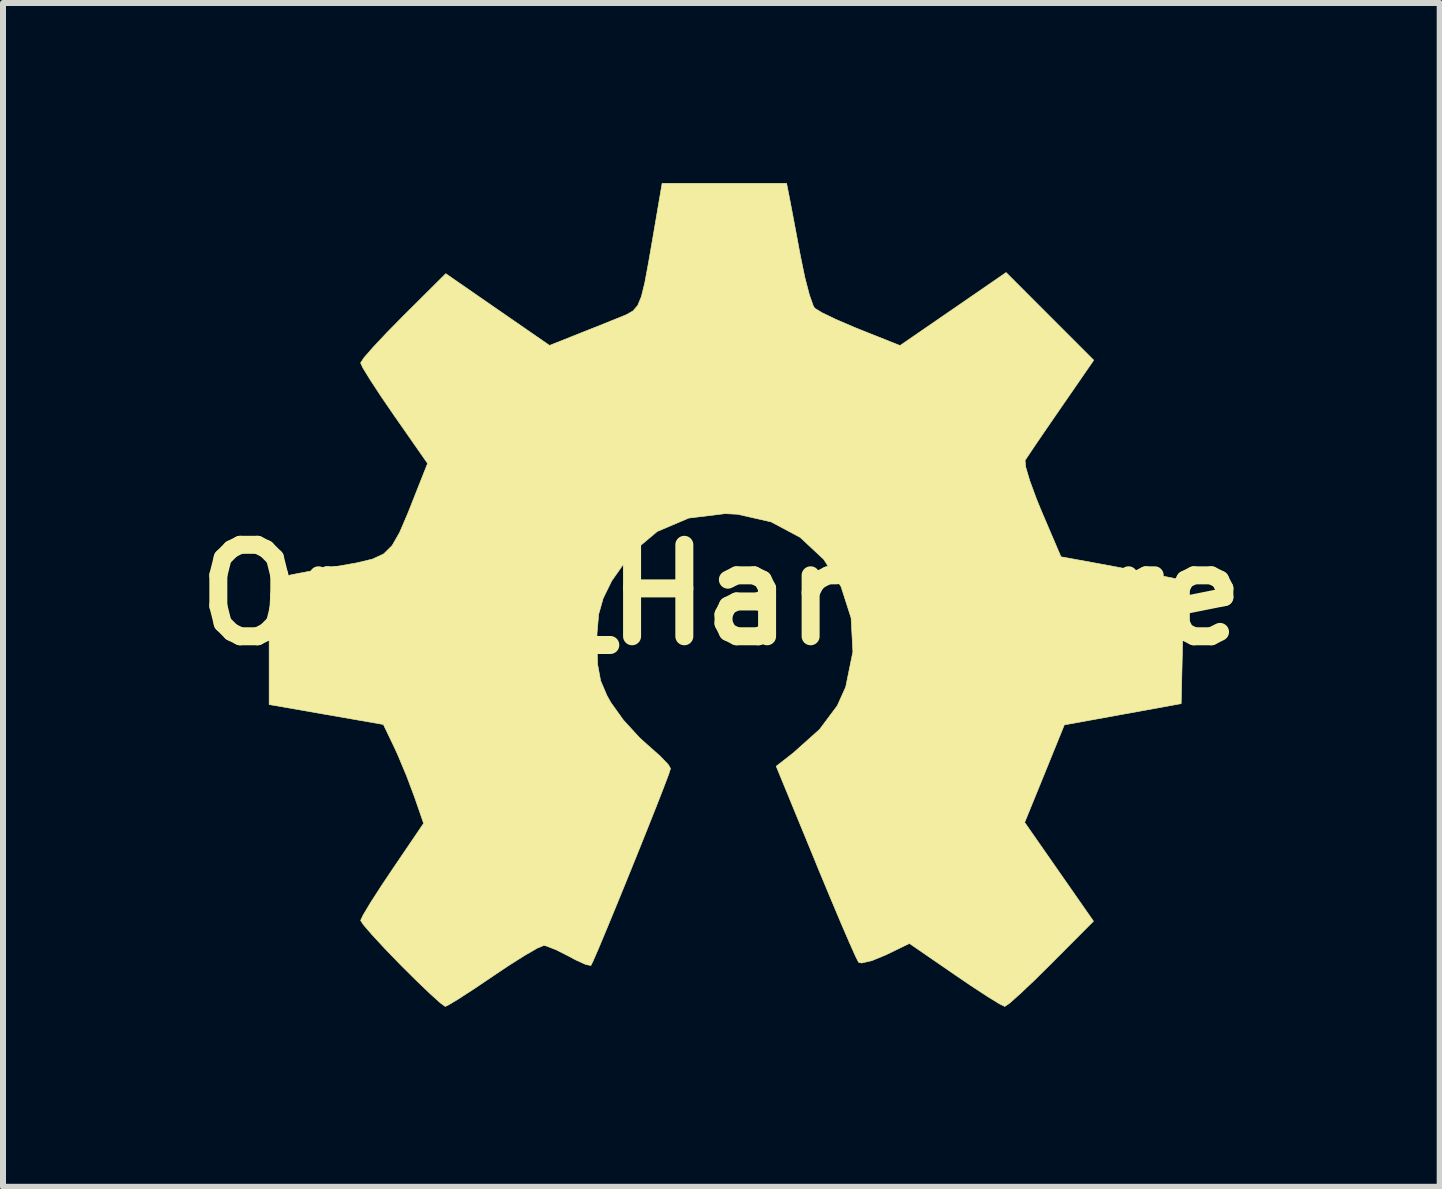
<source format=kicad_pcb>
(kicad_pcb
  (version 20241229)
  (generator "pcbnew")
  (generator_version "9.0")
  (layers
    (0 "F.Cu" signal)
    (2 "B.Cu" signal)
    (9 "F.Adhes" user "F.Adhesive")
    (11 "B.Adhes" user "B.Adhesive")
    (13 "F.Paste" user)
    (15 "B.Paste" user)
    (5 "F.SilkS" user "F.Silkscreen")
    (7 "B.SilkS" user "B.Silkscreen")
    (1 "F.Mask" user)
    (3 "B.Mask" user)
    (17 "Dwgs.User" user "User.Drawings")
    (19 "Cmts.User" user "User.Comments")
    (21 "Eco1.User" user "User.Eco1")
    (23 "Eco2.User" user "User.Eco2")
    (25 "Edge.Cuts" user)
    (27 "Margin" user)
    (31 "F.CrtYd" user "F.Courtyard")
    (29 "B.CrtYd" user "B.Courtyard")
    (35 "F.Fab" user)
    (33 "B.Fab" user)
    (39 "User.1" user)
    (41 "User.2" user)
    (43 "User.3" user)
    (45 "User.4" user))
  (footprint "Open_Hardware"
    (layer "F.Cu")
    (at 8.97 6.863)
    (property "Reference" "Open_Hardware" (at 0 0 0) (layer "F.SilkS") (effects (font (size 1.524 1.524) (thickness 0.3))))
    (attr through_hole)
    (fp_poly (pts (xy 1.133 -6.625) (xy 1.169 -6.438) (xy 1.226 -6.137) (xy 1.293 -5.777) (xy 1.321 -5.63) (xy 1.393 -5.283) (xy 1.468 -4.996) (xy 1.533 -4.813) (xy 1.557 -4.776) (xy 1.676 -4.703) (xy 1.909 -4.591) (xy 2.213 -4.46) (xy 2.314 -4.419) (xy 2.977 -4.155) (xy 3.861 -4.763) (xy 4.745 -5.372) (xy 6.205 -3.911) (xy 5.659 -3.12) (xy 5.436 -2.796) (xy 5.247 -2.52) (xy 5.115 -2.323) (xy 5.061 -2.242) (xy 5.071 -2.132) (xy 5.138 -1.906) (xy 5.25 -1.601) (xy 5.334 -1.396) (xy 5.659 -0.635) (xy 6.237 -0.53) (xy 6.619 -0.459) (xy 7.011 -0.383) (xy 7.263 -0.333) (xy 7.71 -0.241) (xy 7.686 0.785) (xy 7.662 1.812) (xy 6.689 1.989) (xy 5.715 2.166) (xy 5.385 2.979) (xy 5.054 3.791) (xy 6.201 5.437) (xy 5.494 6.147) (xy 5.213 6.425) (xy 4.974 6.651) (xy 4.802 6.804) (xy 4.723 6.858) (xy 4.632 6.813) (xy 4.432 6.69) (xy 4.157 6.51) (xy 3.897 6.333) (xy 3.134 5.808) (xy 2.74 5.999) (xy 2.507 6.095) (xy 2.337 6.134) (xy 2.287 6.122) (xy 2.238 6.026) (xy 2.136 5.798) (xy 1.991 5.462) (xy 1.815 5.043) (xy 1.616 4.566) (xy 1.571 4.454) (xy 0.914 2.855) (xy 1.198 2.634) (xy 1.637 2.241) (xy 1.932 1.846) (xy 2.072 1.535) (xy 2.192 0.948) (xy 2.162 0.384) (xy 1.995 -0.137) (xy 1.707 -0.591) (xy 1.313 -0.959) (xy 0.828 -1.217) (xy 0.268 -1.344) (xy 0.061 -1.354) (xy -0.544 -1.28) (xy -1.068 -1.057) (xy -1.508 -0.688) (xy -1.827 -0.233) (xy -1.969 0.056) (xy -2.044 0.321) (xy -2.072 0.642) (xy -2.074 0.804) (xy -2.061 1.164) (xy -2.012 1.429) (xy -1.908 1.674) (xy -1.841 1.794) (xy -1.632 2.086) (xy -1.363 2.38) (xy -1.227 2.503) (xy -1.022 2.684) (xy -0.883 2.829) (xy -0.847 2.893) (xy -0.877 2.988) (xy -0.961 3.209) (xy -1.086 3.53) (xy -1.241 3.92) (xy -1.414 4.351) (xy -1.593 4.793) (xy -1.767 5.219) (xy -1.924 5.599) (xy -2.052 5.905) (xy -2.14 6.107) (xy -2.174 6.175) (xy -2.258 6.159) (xy -2.436 6.078) (xy -2.531 6.026) (xy -2.754 5.913) (xy -2.923 5.848) (xy -2.96 5.842) (xy -3.069 5.887) (xy -3.281 6.01) (xy -3.565 6.19) (xy -3.803 6.35) (xy -4.113 6.559) (xy -4.37 6.726) (xy -4.544 6.831) (xy -4.601 6.858) (xy -4.68 6.801) (xy -4.851 6.647) (xy -5.087 6.421) (xy -5.335 6.175) (xy -5.604 5.897) (xy -5.822 5.661) (xy -5.966 5.494) (xy -6.011 5.423) (xy -5.966 5.33) (xy -5.845 5.128) (xy -5.666 4.85) (xy -5.486 4.581) (xy -4.961 3.807) (xy -5.114 3.364) (xy -5.243 3.021) (xy -5.39 2.669) (xy -5.449 2.54) (xy -5.632 2.159) (xy -6.584 1.993) (xy -7.535 1.827) (xy -7.535 0.795) (xy -7.53 0.318) (xy -7.511 -0.008) (xy -7.479 -0.2) (xy -7.43 -0.275) (xy -7.429 -0.276) (xy -7.306 -0.306) (xy -7.055 -0.357) (xy -6.718 -0.42) (xy -6.45 -0.468) (xy -6.079 -0.533) (xy -5.815 -0.596) (xy -5.627 -0.683) (xy -5.486 -0.822) (xy -5.361 -1.04) (xy -5.222 -1.365) (xy -5.086 -1.709) (xy -4.895 -2.191) (xy -5.453 -2.991) (xy -5.674 -3.314) (xy -5.854 -3.589) (xy -5.973 -3.783) (xy -6.011 -3.866) (xy -5.955 -3.952) (xy -5.8 -4.129) (xy -5.572 -4.372) (xy -5.301 -4.647) (xy -4.592 -5.353) (xy -3.728 -4.755) (xy -2.863 -4.157) (xy -2.469 -4.314) (xy -2.144 -4.443) (xy -1.812 -4.576) (xy -1.722 -4.612) (xy -1.576 -4.672) (xy -1.471 -4.733) (xy -1.393 -4.824) (xy -1.332 -4.972) (xy -1.275 -5.205) (xy -1.211 -5.551) (xy -1.135 -5.99) (xy -0.987 -6.858) (xy 1.087 -6.858) (xy 1.133 -6.625)) (stroke (width 0.01) (type solid)) (fill yes) (layer "F.SilkS")))
  (gr_rect
    (start -3 -3)
    (end 20.94 16.726)
    (stroke (width 0.1) (type default))
    (fill no)
    (layer "Edge.Cuts")))
</source>
